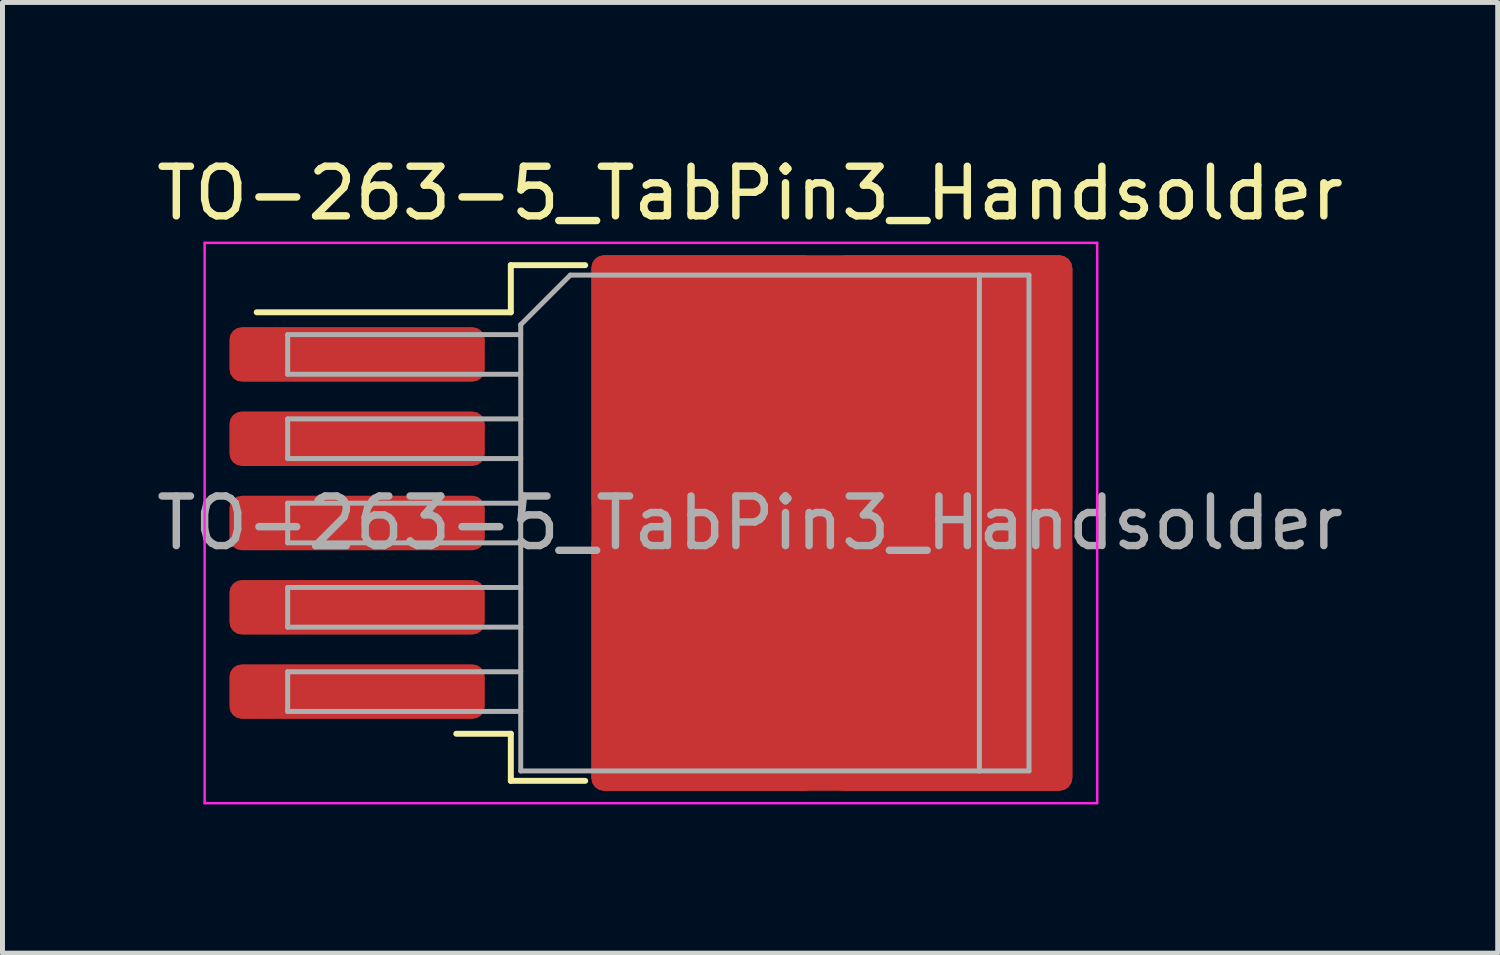
<source format=kicad_pcb>
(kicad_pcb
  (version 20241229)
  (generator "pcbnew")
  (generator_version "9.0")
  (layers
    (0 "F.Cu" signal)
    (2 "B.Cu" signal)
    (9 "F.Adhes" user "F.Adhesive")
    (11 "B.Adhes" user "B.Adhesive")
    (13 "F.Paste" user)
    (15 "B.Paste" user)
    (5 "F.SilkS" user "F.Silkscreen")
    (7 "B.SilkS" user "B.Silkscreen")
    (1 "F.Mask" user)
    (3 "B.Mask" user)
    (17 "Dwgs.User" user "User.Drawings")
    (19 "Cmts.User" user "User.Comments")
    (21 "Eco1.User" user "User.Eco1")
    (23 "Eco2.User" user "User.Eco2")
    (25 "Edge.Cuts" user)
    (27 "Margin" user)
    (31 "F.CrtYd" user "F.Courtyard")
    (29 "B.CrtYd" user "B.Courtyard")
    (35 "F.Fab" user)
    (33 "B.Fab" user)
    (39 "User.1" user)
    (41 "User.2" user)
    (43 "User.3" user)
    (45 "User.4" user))
  (footprint "TO-263-5_TabPin3_Handsolder"
    (layer "F.Cu")
    (at 12.077 7.498)
    (property "Reference" "TO-263-5_TabPin3_Handsolder" (at 0 -6.65 0) (layer "F.SilkS") (effects (font (size 1 1) (thickness 0.15))))
    (attr smd)
    (fp_line (start -4.825 -5.2) (end -4.825 -4.25) (stroke (width 0.12) (type solid)) (layer "F.SilkS"))
    (fp_line (start -4.825 -4.25) (end -9.95 -4.25) (stroke (width 0.12) (type solid)) (layer "F.SilkS"))
    (fp_line (start -4.825 4.25) (end -5.925 4.25) (stroke (width 0.12) (type solid)) (layer "F.SilkS"))
    (fp_line (start -4.825 5.2) (end -4.825 4.25) (stroke (width 0.12) (type solid)) (layer "F.SilkS"))
    (fp_line (start -3.325 -5.2) (end -4.825 -5.2) (stroke (width 0.12) (type solid)) (layer "F.SilkS"))
    (fp_line (start -3.325 5.2) (end -4.825 5.2) (stroke (width 0.12) (type solid)) (layer "F.SilkS"))
    (fp_line (start -11 -5.65) (end -11 5.65) (stroke (width 0.05) (type solid)) (layer "F.CrtYd"))
    (fp_line (start -11 5.65) (end 7 5.65) (stroke (width 0.05) (type solid)) (layer "F.CrtYd"))
    (fp_line (start 7 -5.65) (end -11 -5.65) (stroke (width 0.05) (type solid)) (layer "F.CrtYd"))
    (fp_line (start 7 5.65) (end 7 -5.65) (stroke (width 0.05) (type solid)) (layer "F.CrtYd"))
    (fp_line (start -9.325 -3.8) (end -9.325 -3) (stroke (width 0.1) (type solid)) (layer "F.Fab"))
    (fp_line (start -9.325 -3) (end -4.625 -3) (stroke (width 0.1) (type solid)) (layer "F.Fab"))
    (fp_line (start -9.325 -2.1) (end -9.325 -1.3) (stroke (width 0.1) (type solid)) (layer "F.Fab"))
    (fp_line (start -9.325 -1.3) (end -4.625 -1.3) (stroke (width 0.1) (type solid)) (layer "F.Fab"))
    (fp_line (start -9.325 -0.4) (end -9.325 0.4) (stroke (width 0.1) (type solid)) (layer "F.Fab"))
    (fp_line (start -9.325 0.4) (end -4.625 0.4) (stroke (width 0.1) (type solid)) (layer "F.Fab"))
    (fp_line (start -9.325 1.3) (end -9.325 2.1) (stroke (width 0.1) (type solid)) (layer "F.Fab"))
    (fp_line (start -9.325 2.1) (end -4.625 2.1) (stroke (width 0.1) (type solid)) (layer "F.Fab"))
    (fp_line (start -9.325 3) (end -9.325 3.8) (stroke (width 0.1) (type solid)) (layer "F.Fab"))
    (fp_line (start -9.325 3.8) (end -4.625 3.8) (stroke (width 0.1) (type solid)) (layer "F.Fab"))
    (fp_line (start -4.625 -4) (end -3.625 -5) (stroke (width 0.1) (type solid)) (layer "F.Fab"))
    (fp_line (start -4.625 -3.8) (end -9.325 -3.8) (stroke (width 0.1) (type solid)) (layer "F.Fab"))
    (fp_line (start -4.625 -2.1) (end -9.325 -2.1) (stroke (width 0.1) (type solid)) (layer "F.Fab"))
    (fp_line (start -4.625 -0.4) (end -9.325 -0.4) (stroke (width 0.1) (type solid)) (layer "F.Fab"))
    (fp_line (start -4.625 1.3) (end -9.325 1.3) (stroke (width 0.1) (type solid)) (layer "F.Fab"))
    (fp_line (start -4.625 3) (end -9.325 3) (stroke (width 0.1) (type solid)) (layer "F.Fab"))
    (fp_line (start -4.625 5) (end -4.625 -4) (stroke (width 0.1) (type solid)) (layer "F.Fab"))
    (fp_line (start -3.625 -5) (end 4.625 -5) (stroke (width 0.1) (type solid)) (layer "F.Fab"))
    (fp_line (start 4.625 -5) (end 4.625 5) (stroke (width 0.1) (type solid)) (layer "F.Fab"))
    (fp_line (start 4.625 -5) (end 5.625 -5) (stroke (width 0.1) (type solid)) (layer "F.Fab"))
    (fp_line (start 4.625 5) (end -4.625 5) (stroke (width 0.1) (type solid)) (layer "F.Fab"))
    (fp_line (start 5.625 -5) (end 5.625 5) (stroke (width 0.1) (type solid)) (layer "F.Fab"))
    (fp_line (start 5.625 5) (end 4.625 5) (stroke (width 0.1) (type solid)) (layer "F.Fab"))
    (fp_text user "${REFERENCE}" (at 0 0 0) (layer "F.Fab") (effects (font (size 1 1) (thickness 0.15))))
    (pad "1" smd roundrect (at -7.925 -3.4) (size 5.15 1.1) (layers "F.Cu" "F.Mask" "F.Paste") (roundrect_rratio 0.227))
    (pad "2" smd roundrect (at -7.925 -1.7) (size 5.15 1.1) (layers "F.Cu" "F.Mask" "F.Paste") (roundrect_rratio 0.227))
    (pad "3" smd roundrect (at -7.925 0) (size 5.15 1.1) (layers "F.Cu" "F.Mask" "F.Paste") (roundrect_rratio 0.227))
    (pad "3" smd roundrect (at -0.925 -2.775) (size 4.55 5.25) (layers "F.Cu" "F.Paste") (roundrect_rratio 0.055))
    (pad "3" smd roundrect (at -0.925 2.775) (size 4.55 5.25) (layers "F.Cu" "F.Paste") (roundrect_rratio 0.055))
    (pad "3" smd roundrect (at 1.65 0) (size 9.7 10.8) (layers "F.Cu" "F.Mask") (roundrect_rratio 0.027))
    (pad "3" smd roundrect (at 4.075 -2.7) (size 4.85 5.4) (layers "F.Cu" "F.Paste") (roundrect_rratio 0.055))
    (pad "3" smd roundrect (at 4.075 2.775) (size 4.85 5.25) (layers "F.Cu" "F.Paste") (roundrect_rratio 0.055))
    (pad "4" smd roundrect (at -7.925 1.7) (size 5.15 1.1) (layers "F.Cu" "F.Mask" "F.Paste") (roundrect_rratio 0.227))
    (pad "5" smd roundrect (at -7.925 3.4) (size 5.15 1.1) (layers "F.Cu" "F.Mask" "F.Paste") (roundrect_rratio 0.227)))
  (gr_rect
    (start -3 -3)
    (end 27.155 16.173)
    (stroke (width 0.1) (type default))
    (fill no)
    (layer "Edge.Cuts")))
</source>
